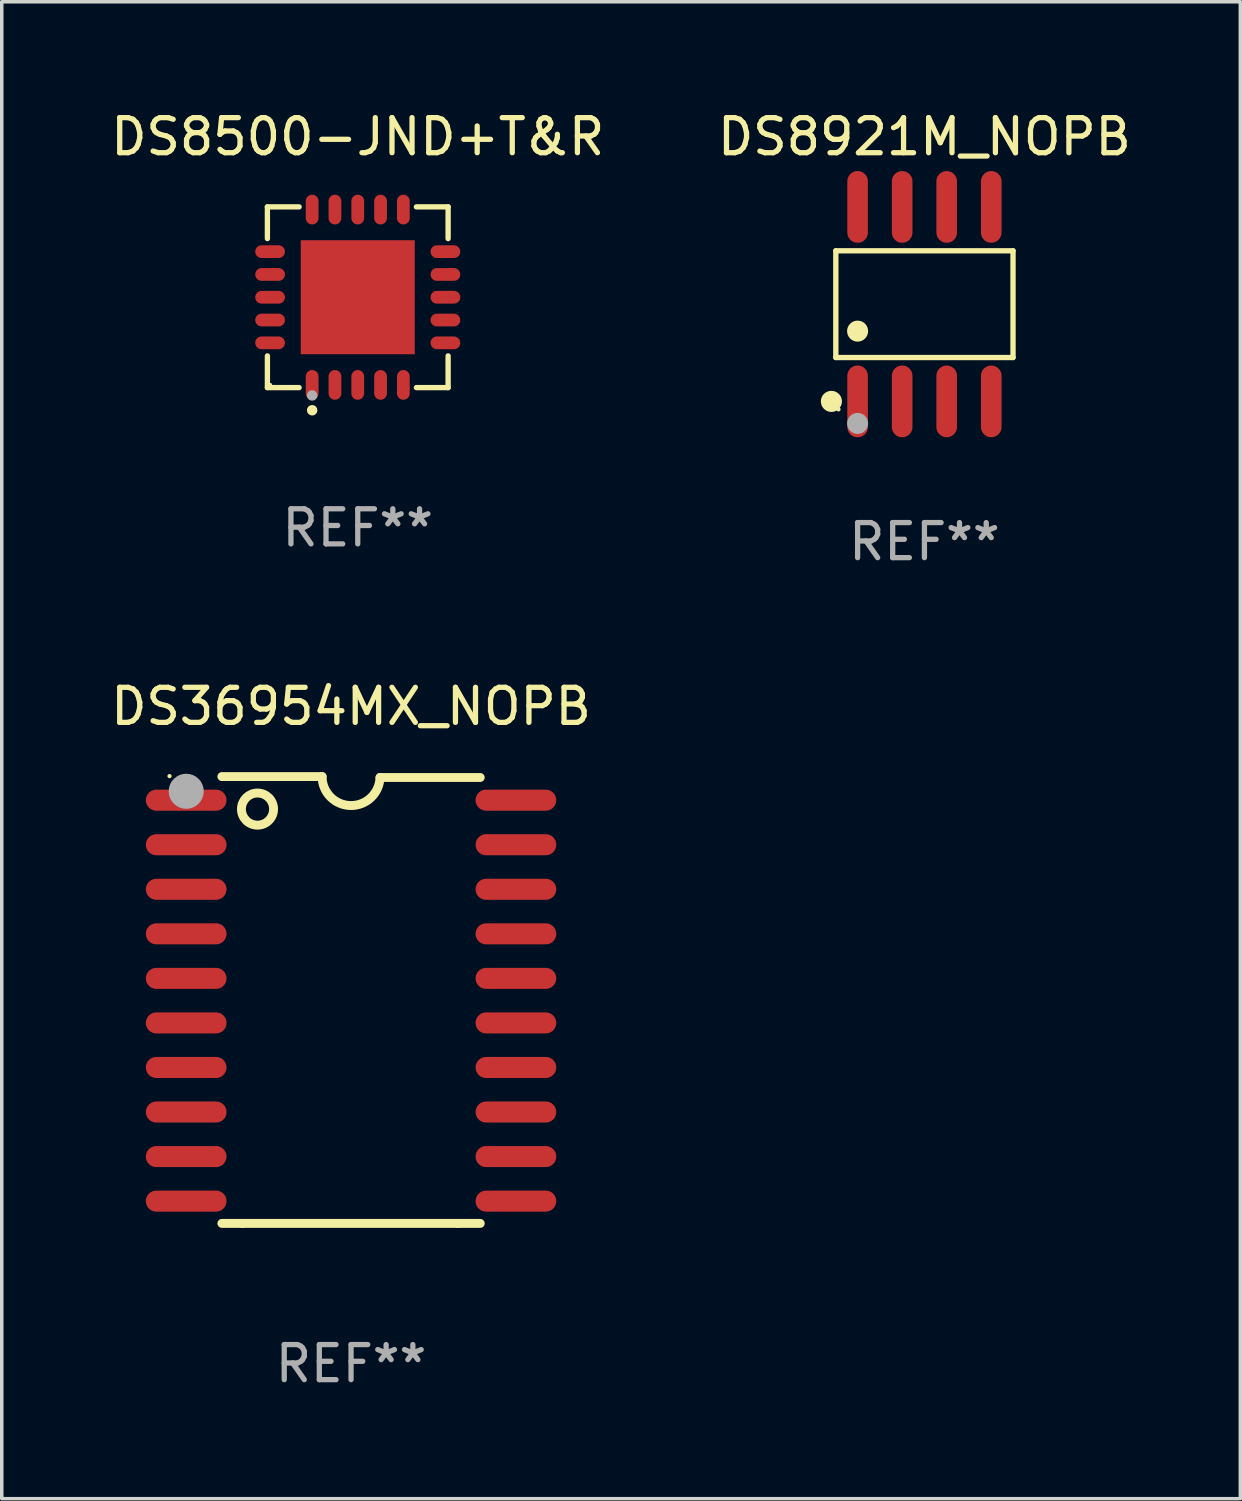
<source format=kicad_pcb>
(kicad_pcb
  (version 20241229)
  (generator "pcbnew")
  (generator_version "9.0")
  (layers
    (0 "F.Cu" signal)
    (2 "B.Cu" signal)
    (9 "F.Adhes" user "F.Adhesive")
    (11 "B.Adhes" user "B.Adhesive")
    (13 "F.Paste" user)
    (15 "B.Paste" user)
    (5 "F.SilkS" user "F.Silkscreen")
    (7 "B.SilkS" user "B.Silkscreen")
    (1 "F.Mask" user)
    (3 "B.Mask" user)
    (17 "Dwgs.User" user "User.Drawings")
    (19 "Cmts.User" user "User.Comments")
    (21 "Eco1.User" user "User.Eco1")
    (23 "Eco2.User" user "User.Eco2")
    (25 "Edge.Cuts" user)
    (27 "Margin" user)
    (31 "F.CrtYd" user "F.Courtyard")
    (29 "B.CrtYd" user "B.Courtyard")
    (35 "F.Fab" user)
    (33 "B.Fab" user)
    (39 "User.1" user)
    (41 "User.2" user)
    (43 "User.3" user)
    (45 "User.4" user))
  (footprint "DS36954MX_NOPB"
    (layer "F.Cu")
    (at 6.958 25.458)
    (property "Reference" "DS36954MX_NOPB" (at 0 -8.369 0) (layer "F.SilkS") (effects (font (size 1 1) (thickness 0.15))))
    (attr through_hole)
    (fp_line (start -3.096 6.369) (end -3.683 6.369) (stroke (width 0.254) (type solid)) (layer "F.SilkS"))
    (fp_line (start -0.825 -6.369) (end -3.683 -6.369) (stroke (width 0.254) (type solid)) (layer "F.SilkS"))
    (fp_line (start 0.826 -6.343) (end 3.683 -6.343) (stroke (width 0.254) (type solid)) (layer "F.SilkS"))
    (fp_line (start 3.048 6.369) (end -3.096 6.369) (stroke (width 0.254) (type solid)) (layer "F.SilkS"))
    (fp_line (start 3.048 6.369) (end 3.683 6.369) (stroke (width 0.254) (type solid)) (layer "F.SilkS"))
    (fp_arc (start 0.825527 -6.343129) (mid -0.012478 -5.543126) (end -0.825476 -6.36853) (stroke (width 0.254001) (type solid)) (layer "F.SilkS"))
    (fp_circle (center -5.175 -6.382) (end -5.145 -6.382) (stroke (width 0.06) (type solid)) (fill no) (layer "F.SilkS"))
    (fp_circle (center -2.667 -5.442) (end -2.209 -5.442) (stroke (width 0.254) (type solid)) (fill no) (layer "F.SilkS"))
    (fp_circle (center -4.699 -5.95) (end -4.449 -5.95) (stroke (width 0.5) (type solid)) (fill no) (layer "F.Fab"))
    (fp_text user "REF**" (at 0 10.369 0) (layer "F.Fab") (effects (font (size 1 1) (thickness 0.15))))
    (pad "1" smd oval (at -4.7 -5.696 90) (size 0.6 2.3) (layers "F.Cu" "F.Mask" "F.Paste"))
    (pad "2" smd oval (at -4.7 -4.426 90) (size 0.6 2.3) (layers "F.Cu" "F.Mask" "F.Paste"))
    (pad "3" smd oval (at -4.7 -3.156 90) (size 0.6 2.3) (layers "F.Cu" "F.Mask" "F.Paste"))
    (pad "4" smd oval (at -4.7 -1.886 90) (size 0.6 2.3) (layers "F.Cu" "F.Mask" "F.Paste"))
    (pad "5" smd oval (at -4.7 -0.616 90) (size 0.6 2.3) (layers "F.Cu" "F.Mask" "F.Paste"))
    (pad "6" smd oval (at -4.7 0.654 90) (size 0.6 2.3) (layers "F.Cu" "F.Mask" "F.Paste"))
    (pad "7" smd oval (at -4.7 1.924 90) (size 0.6 2.3) (layers "F.Cu" "F.Mask" "F.Paste"))
    (pad "8" smd oval (at -4.7 3.194 90) (size 0.6 2.3) (layers "F.Cu" "F.Mask" "F.Paste"))
    (pad "9" smd oval (at -4.7 4.464 90) (size 0.6 2.3) (layers "F.Cu" "F.Mask" "F.Paste"))
    (pad "10" smd oval (at -4.7 5.734 90) (size 0.6 2.3) (layers "F.Cu" "F.Mask" "F.Paste"))
    (pad "11" smd oval (at 4.7 5.734 90) (size 0.6 2.3) (layers "F.Cu" "F.Mask" "F.Paste"))
    (pad "12" smd oval (at 4.7 4.464 90) (size 0.6 2.3) (layers "F.Cu" "F.Mask" "F.Paste"))
    (pad "13" smd oval (at 4.7 3.194 90) (size 0.6 2.3) (layers "F.Cu" "F.Mask" "F.Paste"))
    (pad "14" smd oval (at 4.7 1.924 90) (size 0.6 2.3) (layers "F.Cu" "F.Mask" "F.Paste"))
    (pad "15" smd oval (at 4.7 0.654 90) (size 0.6 2.3) (layers "F.Cu" "F.Mask" "F.Paste"))
    (pad "16" smd oval (at 4.7 -0.616 90) (size 0.6 2.3) (layers "F.Cu" "F.Mask" "F.Paste"))
    (pad "17" smd oval (at 4.7 -1.886 90) (size 0.6 2.3) (layers "F.Cu" "F.Mask" "F.Paste"))
    (pad "18" smd oval (at 4.7 -3.156 90) (size 0.6 2.3) (layers "F.Cu" "F.Mask" "F.Paste"))
    (pad "19" smd oval (at 4.7 -4.426 90) (size 0.6 2.3) (layers "F.Cu" "F.Mask" "F.Paste"))
    (pad "20" smd oval (at 4.7 -5.696 90) (size 0.6 2.3) (layers "F.Cu" "F.Mask" "F.Paste")))
  (footprint "DS8921M_NOPB"
    (layer "F.Cu")
    (at 23.304 5.621)
    (property "Reference" "DS8921M_NOPB" (at 0 -4.772 0) (layer "F.SilkS") (effects (font (size 1 1) (thickness 0.15))))
    (attr through_hole)
    (fp_line (start -2.526 -1.521) (end 2.526 -1.521) (stroke (width 0.152) (type solid)) (layer "F.SilkS"))
    (fp_line (start -2.526 1.521) (end -2.526 -1.521) (stroke (width 0.152) (type solid)) (layer "F.SilkS"))
    (fp_line (start 2.526 -1.521) (end 2.526 1.521) (stroke (width 0.152) (type solid)) (layer "F.SilkS"))
    (fp_line (start 2.526 1.521) (end -2.526 1.521) (stroke (width 0.152) (type solid)) (layer "F.SilkS"))
    (fp_circle (center -2.652 2.772) (end -2.501 2.772) (stroke (width 0.3) (type solid)) (fill no) (layer "F.SilkS"))
    (fp_circle (center -2.45 3) (end -2.42 3) (stroke (width 0.06) (type solid)) (fill no) (layer "F.SilkS"))
    (fp_circle (center -1.905 0.769) (end -1.755 0.769) (stroke (width 0.3) (type solid)) (fill no) (layer "F.SilkS"))
    (fp_circle (center -1.905 3.4) (end -1.755 3.4) (stroke (width 0.3) (type solid)) (fill no) (layer "F.Fab"))
    (fp_text user "REF**" (at 0 6.772 0) (layer "F.Fab") (effects (font (size 1 1) (thickness 0.15))))
    (pad "1" smd oval (at -1.905 2.772) (size 0.588 2.045) (layers "F.Cu" "F.Mask" "F.Paste"))
    (pad "2" smd oval (at -0.635 2.772) (size 0.588 2.045) (layers "F.Cu" "F.Mask" "F.Paste"))
    (pad "3" smd oval (at 0.635 2.772) (size 0.588 2.045) (layers "F.Cu" "F.Mask" "F.Paste"))
    (pad "4" smd oval (at 1.905 2.772) (size 0.588 2.045) (layers "F.Cu" "F.Mask" "F.Paste"))
    (pad "5" smd oval (at 1.905 -2.772) (size 0.588 2.045) (layers "F.Cu" "F.Mask" "F.Paste"))
    (pad "6" smd oval (at 0.635 -2.772) (size 0.588 2.045) (layers "F.Cu" "F.Mask" "F.Paste"))
    (pad "7" smd oval (at -0.635 -2.772) (size 0.588 2.045) (layers "F.Cu" "F.Mask" "F.Paste"))
    (pad "8" smd oval (at -1.905 -2.772) (size 0.588 2.045) (layers "F.Cu" "F.Mask" "F.Paste")))
  (footprint "DS8500-JND+T&R"
    (layer "F.Cu")
    (at 7.149 5.424)
    (property "Reference" "DS8500-JND+T&R" (at 0 -4.576 0) (layer "F.SilkS") (effects (font (size 1 1) (thickness 0.15))))
    (attr through_hole)
    (fp_line (start -2.576 -2.576) (end -1.672 -2.576) (stroke (width 0.152) (type solid)) (layer "F.SilkS"))
    (fp_line (start -2.576 -1.672) (end -2.576 -2.576) (stroke (width 0.152) (type solid)) (layer "F.SilkS"))
    (fp_line (start -2.576 1.672) (end -2.576 2.576) (stroke (width 0.152) (type solid)) (layer "F.SilkS"))
    (fp_line (start -2.576 2.576) (end -1.672 2.576) (stroke (width 0.152) (type solid)) (layer "F.SilkS"))
    (fp_line (start 2.576 -2.576) (end 1.672 -2.576) (stroke (width 0.152) (type solid)) (layer "F.SilkS"))
    (fp_line (start 2.576 -1.672) (end 2.576 -2.576) (stroke (width 0.152) (type solid)) (layer "F.SilkS"))
    (fp_line (start 2.576 1.672) (end 2.576 2.576) (stroke (width 0.152) (type solid)) (layer "F.SilkS"))
    (fp_line (start 2.576 2.576) (end 1.672 2.576) (stroke (width 0.152) (type solid)) (layer "F.SilkS"))
    (fp_circle (center -2.5 2.5) (end -2.47 2.5) (stroke (width 0.06) (type solid)) (fill no) (layer "F.SilkS"))
    (fp_circle (center -1.3 3.222) (end -1.225 3.222) (stroke (width 0.15) (type solid)) (fill no) (layer "F.SilkS"))
    (fp_circle (center -1.3 2.8) (end -1.225 2.8) (stroke (width 0.15) (type solid)) (fill no) (layer "F.Fab"))
    (fp_text user "REF**" (at 0 6.576 0) (layer "F.Fab") (effects (font (size 1 1) (thickness 0.15))))
    (pad "1" smd oval (at -1.3 2.499) (size 0.364 0.847) (layers "F.Cu" "F.Mask" "F.Paste"))
    (pad "2" smd oval (at -0.65 2.499) (size 0.364 0.847) (layers "F.Cu" "F.Mask" "F.Paste"))
    (pad "3" smd oval (at 0 2.499) (size 0.364 0.847) (layers "F.Cu" "F.Mask" "F.Paste"))
    (pad "4" smd oval (at 0.65 2.499) (size 0.364 0.847) (layers "F.Cu" "F.Mask" "F.Paste"))
    (pad "5" smd oval (at 1.3 2.499) (size 0.364 0.847) (layers "F.Cu" "F.Mask" "F.Paste"))
    (pad "6" smd oval (at 2.499 1.3) (size 0.847 0.364) (layers "F.Cu" "F.Mask" "F.Paste"))
    (pad "7" smd oval (at 2.499 0.65) (size 0.847 0.364) (layers "F.Cu" "F.Mask" "F.Paste"))
    (pad "8" smd oval (at 2.499 0) (size 0.847 0.364) (layers "F.Cu" "F.Mask" "F.Paste"))
    (pad "9" smd oval (at 2.499 -0.65) (size 0.847 0.364) (layers "F.Cu" "F.Mask" "F.Paste"))
    (pad "10" smd oval (at 2.499 -1.3) (size 0.847 0.364) (layers "F.Cu" "F.Mask" "F.Paste"))
    (pad "11" smd oval (at 1.3 -2.499) (size 0.364 0.847) (layers "F.Cu" "F.Mask" "F.Paste"))
    (pad "12" smd oval (at 0.65 -2.499) (size 0.364 0.847) (layers "F.Cu" "F.Mask" "F.Paste"))
    (pad "13" smd oval (at 0 -2.499) (size 0.364 0.847) (layers "F.Cu" "F.Mask" "F.Paste"))
    (pad "14" smd oval (at -0.65 -2.499) (size 0.364 0.847) (layers "F.Cu" "F.Mask" "F.Paste"))
    (pad "15" smd oval (at -1.3 -2.499) (size 0.364 0.847) (layers "F.Cu" "F.Mask" "F.Paste"))
    (pad "16" smd oval (at -2.499 -1.3) (size 0.847 0.364) (layers "F.Cu" "F.Mask" "F.Paste"))
    (pad "17" smd oval (at -2.499 -0.65) (size 0.847 0.364) (layers "F.Cu" "F.Mask" "F.Paste"))
    (pad "18" smd oval (at -2.499 0) (size 0.847 0.364) (layers "F.Cu" "F.Mask" "F.Paste"))
    (pad "19" smd oval (at -2.499 0.65) (size 0.847 0.364) (layers "F.Cu" "F.Mask" "F.Paste"))
    (pad "20" smd oval (at -2.499 1.3) (size 0.847 0.364) (layers "F.Cu" "F.Mask" "F.Paste"))
    (pad "21" smd rect (at 0 0) (size 3.25 3.25) (layers "F.Cu" "F.Mask" "F.Paste")))
  (gr_rect
    (start -3 -3)
    (end 32.31 39.675)
    (stroke (width 0.1) (type default))
    (fill no)
    (layer "Edge.Cuts")))
</source>
